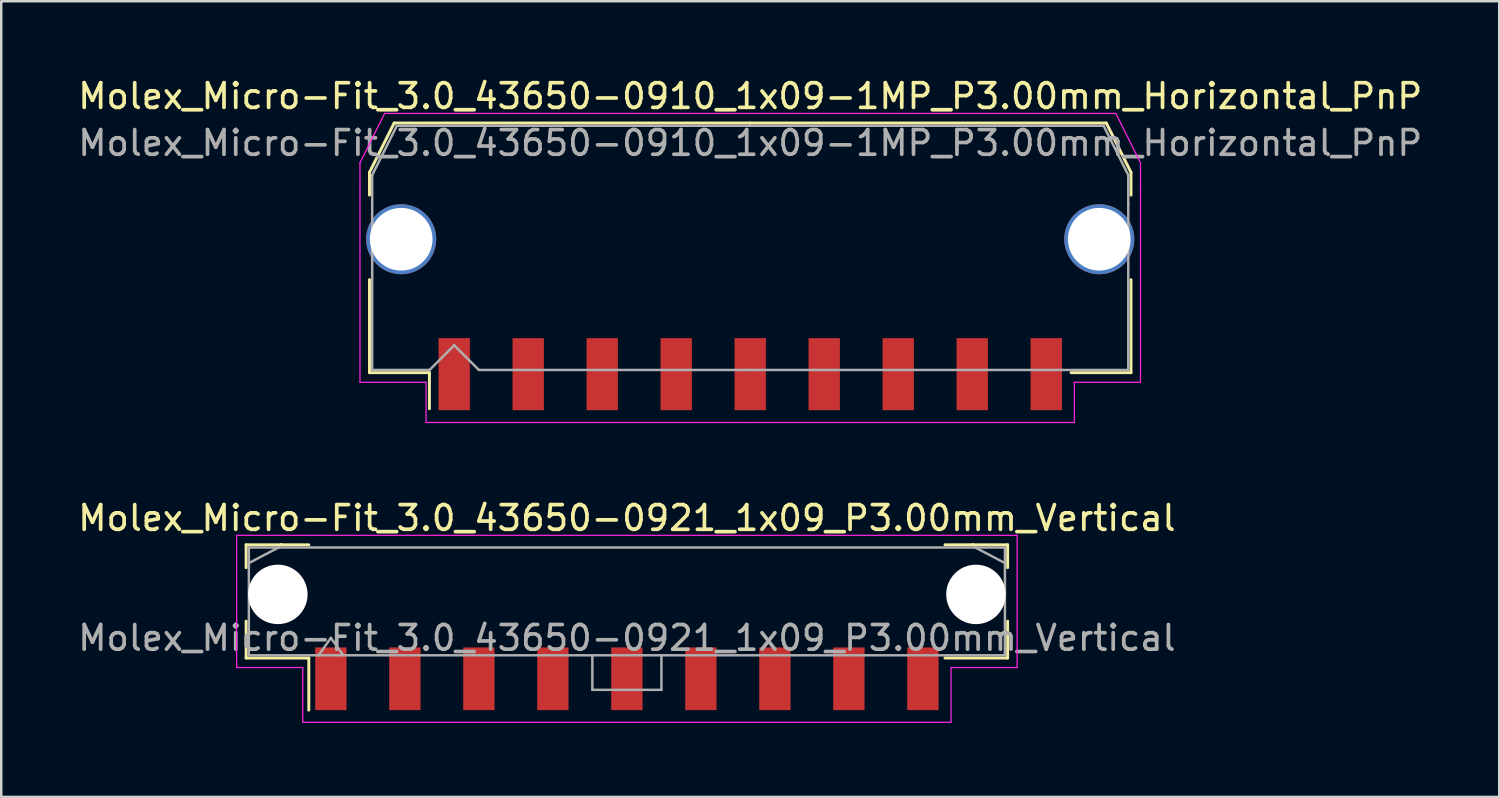
<source format=kicad_pcb>
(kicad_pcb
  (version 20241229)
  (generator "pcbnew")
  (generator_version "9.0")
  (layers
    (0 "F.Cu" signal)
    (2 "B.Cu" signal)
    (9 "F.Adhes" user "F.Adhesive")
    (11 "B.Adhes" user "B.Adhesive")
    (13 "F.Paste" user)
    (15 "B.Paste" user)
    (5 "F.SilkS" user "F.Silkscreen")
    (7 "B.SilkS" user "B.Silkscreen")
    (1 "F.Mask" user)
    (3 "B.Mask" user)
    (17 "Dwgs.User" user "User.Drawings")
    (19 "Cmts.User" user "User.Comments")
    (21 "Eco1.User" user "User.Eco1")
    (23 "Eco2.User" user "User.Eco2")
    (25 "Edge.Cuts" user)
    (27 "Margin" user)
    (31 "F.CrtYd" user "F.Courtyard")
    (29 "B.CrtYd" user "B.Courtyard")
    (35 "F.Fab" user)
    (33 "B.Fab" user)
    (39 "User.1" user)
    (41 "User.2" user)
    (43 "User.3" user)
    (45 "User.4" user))
  (footprint "Molex_Micro-Fit_3.0_43650-0910_1x09-1MP_P3.00mm_Horizontal_PnP"
    (layer "F.Cu")
    (at 27.363 6.998)
    (property "Reference" "Molex_Micro-Fit_3.0_43650-0910_1x09-1MP_P3.00mm_Horizontal_PnP" (at 0 -6.15 0) (layer "F.SilkS") (effects (font (size 1 1) (thickness 0.15))))
    (attr smd)
    (fp_line (start -15.435 -3.06) (end -15.435 -2.14) (stroke (width 0.12) (type solid)) (layer "F.SilkS"))
    (fp_line (start -15.435 1.29) (end -15.435 5.06) (stroke (width 0.12) (type solid)) (layer "F.SilkS"))
    (fp_line (start -15.435 5.06) (end -13.005 5.06) (stroke (width 0.12) (type solid)) (layer "F.SilkS"))
    (fp_line (start -14.435 -5.06) (end -15.435 -3.06) (stroke (width 0.12) (type solid)) (layer "F.SilkS"))
    (fp_line (start -13.005 5.06) (end -13.005 6.52) (stroke (width 0.12) (type solid)) (layer "F.SilkS"))
    (fp_line (start 0 -5.06) (end -14.435 -5.06) (stroke (width 0.12) (type solid)) (layer "F.SilkS"))
    (fp_line (start 0 -5.06) (end 14.435 -5.06) (stroke (width 0.12) (type solid)) (layer "F.SilkS"))
    (fp_line (start 14.435 -5.06) (end 15.435 -3.06) (stroke (width 0.12) (type solid)) (layer "F.SilkS"))
    (fp_line (start 15.435 -3.06) (end 15.435 -2.14) (stroke (width 0.12) (type solid)) (layer "F.SilkS"))
    (fp_line (start 15.435 1.29) (end 15.435 5.06) (stroke (width 0.12) (type solid)) (layer "F.SilkS"))
    (fp_line (start 15.435 5.06) (end 13.005 5.06) (stroke (width 0.12) (type solid)) (layer "F.SilkS"))
    (fp_line (start -15.82 -3.45) (end -15.82 -2.27) (stroke (width 0.05) (type solid)) (layer "F.CrtYd"))
    (fp_line (start -15.82 -2.27) (end -15.82 5.45) (stroke (width 0.05) (type solid)) (layer "F.CrtYd"))
    (fp_line (start -15.82 5.45) (end -13.14 5.45) (stroke (width 0.05) (type solid)) (layer "F.CrtYd"))
    (fp_line (start -14.82 -5.45) (end -15.82 -3.45) (stroke (width 0.05) (type solid)) (layer "F.CrtYd"))
    (fp_line (start -13.14 5.45) (end -13.14 7.08) (stroke (width 0.05) (type solid)) (layer "F.CrtYd"))
    (fp_line (start -13.14 7.08) (end 0 7.08) (stroke (width 0.05) (type solid)) (layer "F.CrtYd"))
    (fp_line (start 0 -5.45) (end -14.82 -5.45) (stroke (width 0.05) (type solid)) (layer "F.CrtYd"))
    (fp_line (start 0 -5.45) (end 14.82 -5.45) (stroke (width 0.05) (type solid)) (layer "F.CrtYd"))
    (fp_line (start 13.14 5.45) (end 13.14 7.08) (stroke (width 0.05) (type solid)) (layer "F.CrtYd"))
    (fp_line (start 13.14 7.08) (end 0 7.08) (stroke (width 0.05) (type solid)) (layer "F.CrtYd"))
    (fp_line (start 14.82 -5.45) (end 15.82 -3.45) (stroke (width 0.05) (type solid)) (layer "F.CrtYd"))
    (fp_line (start 15.82 -3.45) (end 15.82 -2.27) (stroke (width 0.05) (type solid)) (layer "F.CrtYd"))
    (fp_line (start 15.82 -2.27) (end 15.82 5.45) (stroke (width 0.05) (type solid)) (layer "F.CrtYd"))
    (fp_line (start 15.82 5.45) (end 13.14 5.45) (stroke (width 0.05) (type solid)) (layer "F.CrtYd"))
    (fp_line (start -15.325 -2.95) (end -15.325 -1.77) (stroke (width 0.1) (type solid)) (layer "F.Fab"))
    (fp_line (start -15.325 -1.77) (end -15.325 4.95) (stroke (width 0.1) (type solid)) (layer "F.Fab"))
    (fp_line (start -15.325 4.95) (end -13 4.95) (stroke (width 0.1) (type solid)) (layer "F.Fab"))
    (fp_line (start -14.325 -4.95) (end -15.325 -2.95) (stroke (width 0.1) (type solid)) (layer "F.Fab"))
    (fp_line (start -13 4.95) (end -12 3.95) (stroke (width 0.1) (type solid)) (layer "F.Fab"))
    (fp_line (start -12 3.95) (end -11 4.95) (stroke (width 0.1) (type solid)) (layer "F.Fab"))
    (fp_line (start -11 4.95) (end 0 4.95) (stroke (width 0.1) (type solid)) (layer "F.Fab"))
    (fp_line (start 0 -4.95) (end -14.325 -4.95) (stroke (width 0.1) (type solid)) (layer "F.Fab"))
    (fp_line (start 0 -4.95) (end 14.325 -4.95) (stroke (width 0.1) (type solid)) (layer "F.Fab"))
    (fp_line (start 12.635 4.95) (end 0 4.95) (stroke (width 0.1) (type solid)) (layer "F.Fab"))
    (fp_line (start 14.325 -4.95) (end 15.325 -2.95) (stroke (width 0.1) (type solid)) (layer "F.Fab"))
    (fp_line (start 15.325 -2.95) (end 15.325 -1.77) (stroke (width 0.1) (type solid)) (layer "F.Fab"))
    (fp_line (start 15.325 -1.77) (end 15.325 4.95) (stroke (width 0.1) (type solid)) (layer "F.Fab"))
    (fp_line (start 15.325 4.95) (end 12.635 4.95) (stroke (width 0.1) (type solid)) (layer "F.Fab"))
    (fp_text user "${REFERENCE}" (at 0 -4.25 0) (layer "F.Fab") (effects (font (size 1 1) (thickness 0.15))))
    (pad "1" smd rect (at -12 5.12) (size 1.27 2.92) (layers "F.Cu" "F.Mask" "F.Paste"))
    (pad "2" smd rect (at -9 5.12) (size 1.27 2.92) (layers "F.Cu" "F.Mask" "F.Paste"))
    (pad "3" smd rect (at -6 5.12) (size 1.27 2.92) (layers "F.Cu" "F.Mask" "F.Paste"))
    (pad "4" smd rect (at -3 5.12) (size 1.27 2.92) (layers "F.Cu" "F.Mask" "F.Paste"))
    (pad "5" smd rect (at 0 5.12) (size 1.27 2.92) (layers "F.Cu" "F.Mask" "F.Paste"))
    (pad "6" smd rect (at 3 5.12) (size 1.27 2.92) (layers "F.Cu" "F.Mask" "F.Paste"))
    (pad "7" smd rect (at 6 5.12) (size 1.27 2.92) (layers "F.Cu" "F.Mask" "F.Paste"))
    (pad "8" smd rect (at 9 5.12) (size 1.27 2.92) (layers "F.Cu" "F.Mask" "F.Paste"))
    (pad "9" smd rect (at 12 5.12) (size 1.27 2.92) (layers "F.Cu" "F.Mask" "F.Paste"))
    (pad "MP" thru_hole circle (at -14.15 -0.35) (size 2.84 2.84) (drill 2.54) (layers "*.Cu" "*.Mask"))
    (pad "MP" thru_hole circle (at 14.15 -0.35) (size 2.84 2.84) (drill 2.54) (layers "*.Cu" "*.Mask")))
  (footprint "Molex_Micro-Fit_3.0_43650-0921_1x09_P3.00mm_Vertical"
    (layer "F.Cu")
    (at 22.363 21.331)
    (property "Reference" "Molex_Micro-Fit_3.0_43650-0921_1x09_P3.00mm_Vertical" (at 0 -3.38 0) (layer "F.SilkS") (effects (font (size 1 1) (thickness 0.15))))
    (attr smd)
    (fp_line (start -15.435 -2.295) (end -14.015 -2.295) (stroke (width 0.12) (type solid)) (layer "F.SilkS"))
    (fp_line (start -15.435 -1.37) (end -15.435 -2.295) (stroke (width 0.12) (type solid)) (layer "F.SilkS"))
    (fp_line (start -15.435 0.8) (end -15.435 2.295) (stroke (width 0.12) (type solid)) (layer "F.SilkS"))
    (fp_line (start -15.435 2.295) (end -12.895 2.295) (stroke (width 0.12) (type solid)) (layer "F.SilkS"))
    (fp_line (start -14.015 -2.295) (end -14.015 -2.295) (stroke (width 0.12) (type solid)) (layer "F.SilkS"))
    (fp_line (start -14.015 -2.295) (end -12.895 -2.295) (stroke (width 0.12) (type solid)) (layer "F.SilkS"))
    (fp_line (start -12.895 2.295) (end -12.895 4.405) (stroke (width 0.12) (type solid)) (layer "F.SilkS"))
    (fp_line (start 14.015 -2.295) (end 12.895 -2.295) (stroke (width 0.12) (type solid)) (layer "F.SilkS"))
    (fp_line (start 14.015 -2.295) (end 14.015 -2.295) (stroke (width 0.12) (type solid)) (layer "F.SilkS"))
    (fp_line (start 15.435 -2.295) (end 14.015 -2.295) (stroke (width 0.12) (type solid)) (layer "F.SilkS"))
    (fp_line (start 15.435 -1.37) (end 15.435 -2.295) (stroke (width 0.12) (type solid)) (layer "F.SilkS"))
    (fp_line (start 15.435 0.8) (end 15.435 2.295) (stroke (width 0.12) (type solid)) (layer "F.SilkS"))
    (fp_line (start 15.435 2.295) (end 12.895 2.295) (stroke (width 0.12) (type solid)) (layer "F.SilkS"))
    (fp_line (start -15.82 -2.68) (end -15.82 2.68) (stroke (width 0.05) (type solid)) (layer "F.CrtYd"))
    (fp_line (start -15.82 2.68) (end -13.14 2.68) (stroke (width 0.05) (type solid)) (layer "F.CrtYd"))
    (fp_line (start -13.14 -2.68) (end -15.82 -2.68) (stroke (width 0.05) (type solid)) (layer "F.CrtYd"))
    (fp_line (start -13.14 2.68) (end -13.14 4.9) (stroke (width 0.05) (type solid)) (layer "F.CrtYd"))
    (fp_line (start -13.14 4.9) (end 0 4.9) (stroke (width 0.05) (type solid)) (layer "F.CrtYd"))
    (fp_line (start 0 -2.68) (end -13.14 -2.68) (stroke (width 0.05) (type solid)) (layer "F.CrtYd"))
    (fp_line (start 0 -2.68) (end 13.14 -2.68) (stroke (width 0.05) (type solid)) (layer "F.CrtYd"))
    (fp_line (start 13.14 -2.68) (end 15.82 -2.68) (stroke (width 0.05) (type solid)) (layer "F.CrtYd"))
    (fp_line (start 13.14 2.68) (end 13.14 4.9) (stroke (width 0.05) (type solid)) (layer "F.CrtYd"))
    (fp_line (start 13.14 4.9) (end 0 4.9) (stroke (width 0.05) (type solid)) (layer "F.CrtYd"))
    (fp_line (start 15.82 -2.68) (end 15.82 2.68) (stroke (width 0.05) (type solid)) (layer "F.CrtYd"))
    (fp_line (start 15.82 2.68) (end 13.14 2.68) (stroke (width 0.05) (type solid)) (layer "F.CrtYd"))
    (fp_line (start -15.325 -2.185) (end -15.325 2.185) (stroke (width 0.1) (type solid)) (layer "F.Fab"))
    (fp_line (start -15.325 -1.555) (end -14.125 -2.185) (stroke (width 0.1) (type solid)) (layer "F.Fab"))
    (fp_line (start -15.325 2.185) (end 15.325 2.185) (stroke (width 0.1) (type solid)) (layer "F.Fab"))
    (fp_line (start -14.125 -2.185) (end -15.325 -2.185) (stroke (width 0.1) (type solid)) (layer "F.Fab"))
    (fp_line (start -14.125 -2.185) (end -14.125 -2.185) (stroke (width 0.1) (type solid)) (layer "F.Fab"))
    (fp_line (start -12.5 2.185) (end -12 1.478) (stroke (width 0.1) (type solid)) (layer "F.Fab"))
    (fp_line (start -12 1.478) (end -11.5 2.185) (stroke (width 0.1) (type solid)) (layer "F.Fab"))
    (fp_line (start -1.4 2.185) (end -1.4 3.585) (stroke (width 0.1) (type solid)) (layer "F.Fab"))
    (fp_line (start -1.4 3.585) (end 1.4 3.585) (stroke (width 0.1) (type solid)) (layer "F.Fab"))
    (fp_line (start 1.4 3.585) (end 1.4 2.185) (stroke (width 0.1) (type solid)) (layer "F.Fab"))
    (fp_line (start 14.125 -2.185) (end -14.125 -2.185) (stroke (width 0.1) (type solid)) (layer "F.Fab"))
    (fp_line (start 14.125 -2.185) (end 14.125 -2.185) (stroke (width 0.1) (type solid)) (layer "F.Fab"))
    (fp_line (start 15.325 -2.185) (end 14.125 -2.185) (stroke (width 0.1) (type solid)) (layer "F.Fab"))
    (fp_line (start 15.325 -1.555) (end 14.125 -2.185) (stroke (width 0.1) (type solid)) (layer "F.Fab"))
    (fp_line (start 15.325 2.185) (end 15.325 -2.185) (stroke (width 0.1) (type solid)) (layer "F.Fab"))
    (fp_text user "${REFERENCE}" (at 0 1.48 0) (layer "F.Fab") (effects (font (size 1 1) (thickness 0.15))))
    (pad "" np_thru_hole circle (at -14.15 -0.285) (size 2.41 2.41) (drill 2.41) (layers "*.Cu" "*.Mask"))
    (pad "" np_thru_hole circle (at 14.15 -0.285) (size 2.41 2.41) (drill 2.41) (layers "*.Cu" "*.Mask"))
    (pad "1" smd rect (at -12 3.135) (size 1.27 2.54) (layers "F.Cu" "F.Mask" "F.Paste"))
    (pad "2" smd rect (at -9 3.135) (size 1.27 2.54) (layers "F.Cu" "F.Mask" "F.Paste"))
    (pad "3" smd rect (at -6 3.135) (size 1.27 2.54) (layers "F.Cu" "F.Mask" "F.Paste"))
    (pad "4" smd rect (at -3 3.135) (size 1.27 2.54) (layers "F.Cu" "F.Mask" "F.Paste"))
    (pad "5" smd rect (at 0 3.135) (size 1.27 2.54) (layers "F.Cu" "F.Mask" "F.Paste"))
    (pad "6" smd rect (at 3 3.135) (size 1.27 2.54) (layers "F.Cu" "F.Mask" "F.Paste"))
    (pad "7" smd rect (at 6 3.135) (size 1.27 2.54) (layers "F.Cu" "F.Mask" "F.Paste"))
    (pad "8" smd rect (at 9 3.135) (size 1.27 2.54) (layers "F.Cu" "F.Mask" "F.Paste"))
    (pad "9" smd rect (at 12 3.135) (size 1.27 2.54) (layers "F.Cu" "F.Mask" "F.Paste")))
  (gr_rect
    (start -3 -3)
    (end 57.726 29.256)
    (stroke (width 0.1) (type default))
    (fill no)
    (layer "Edge.Cuts")))
</source>
